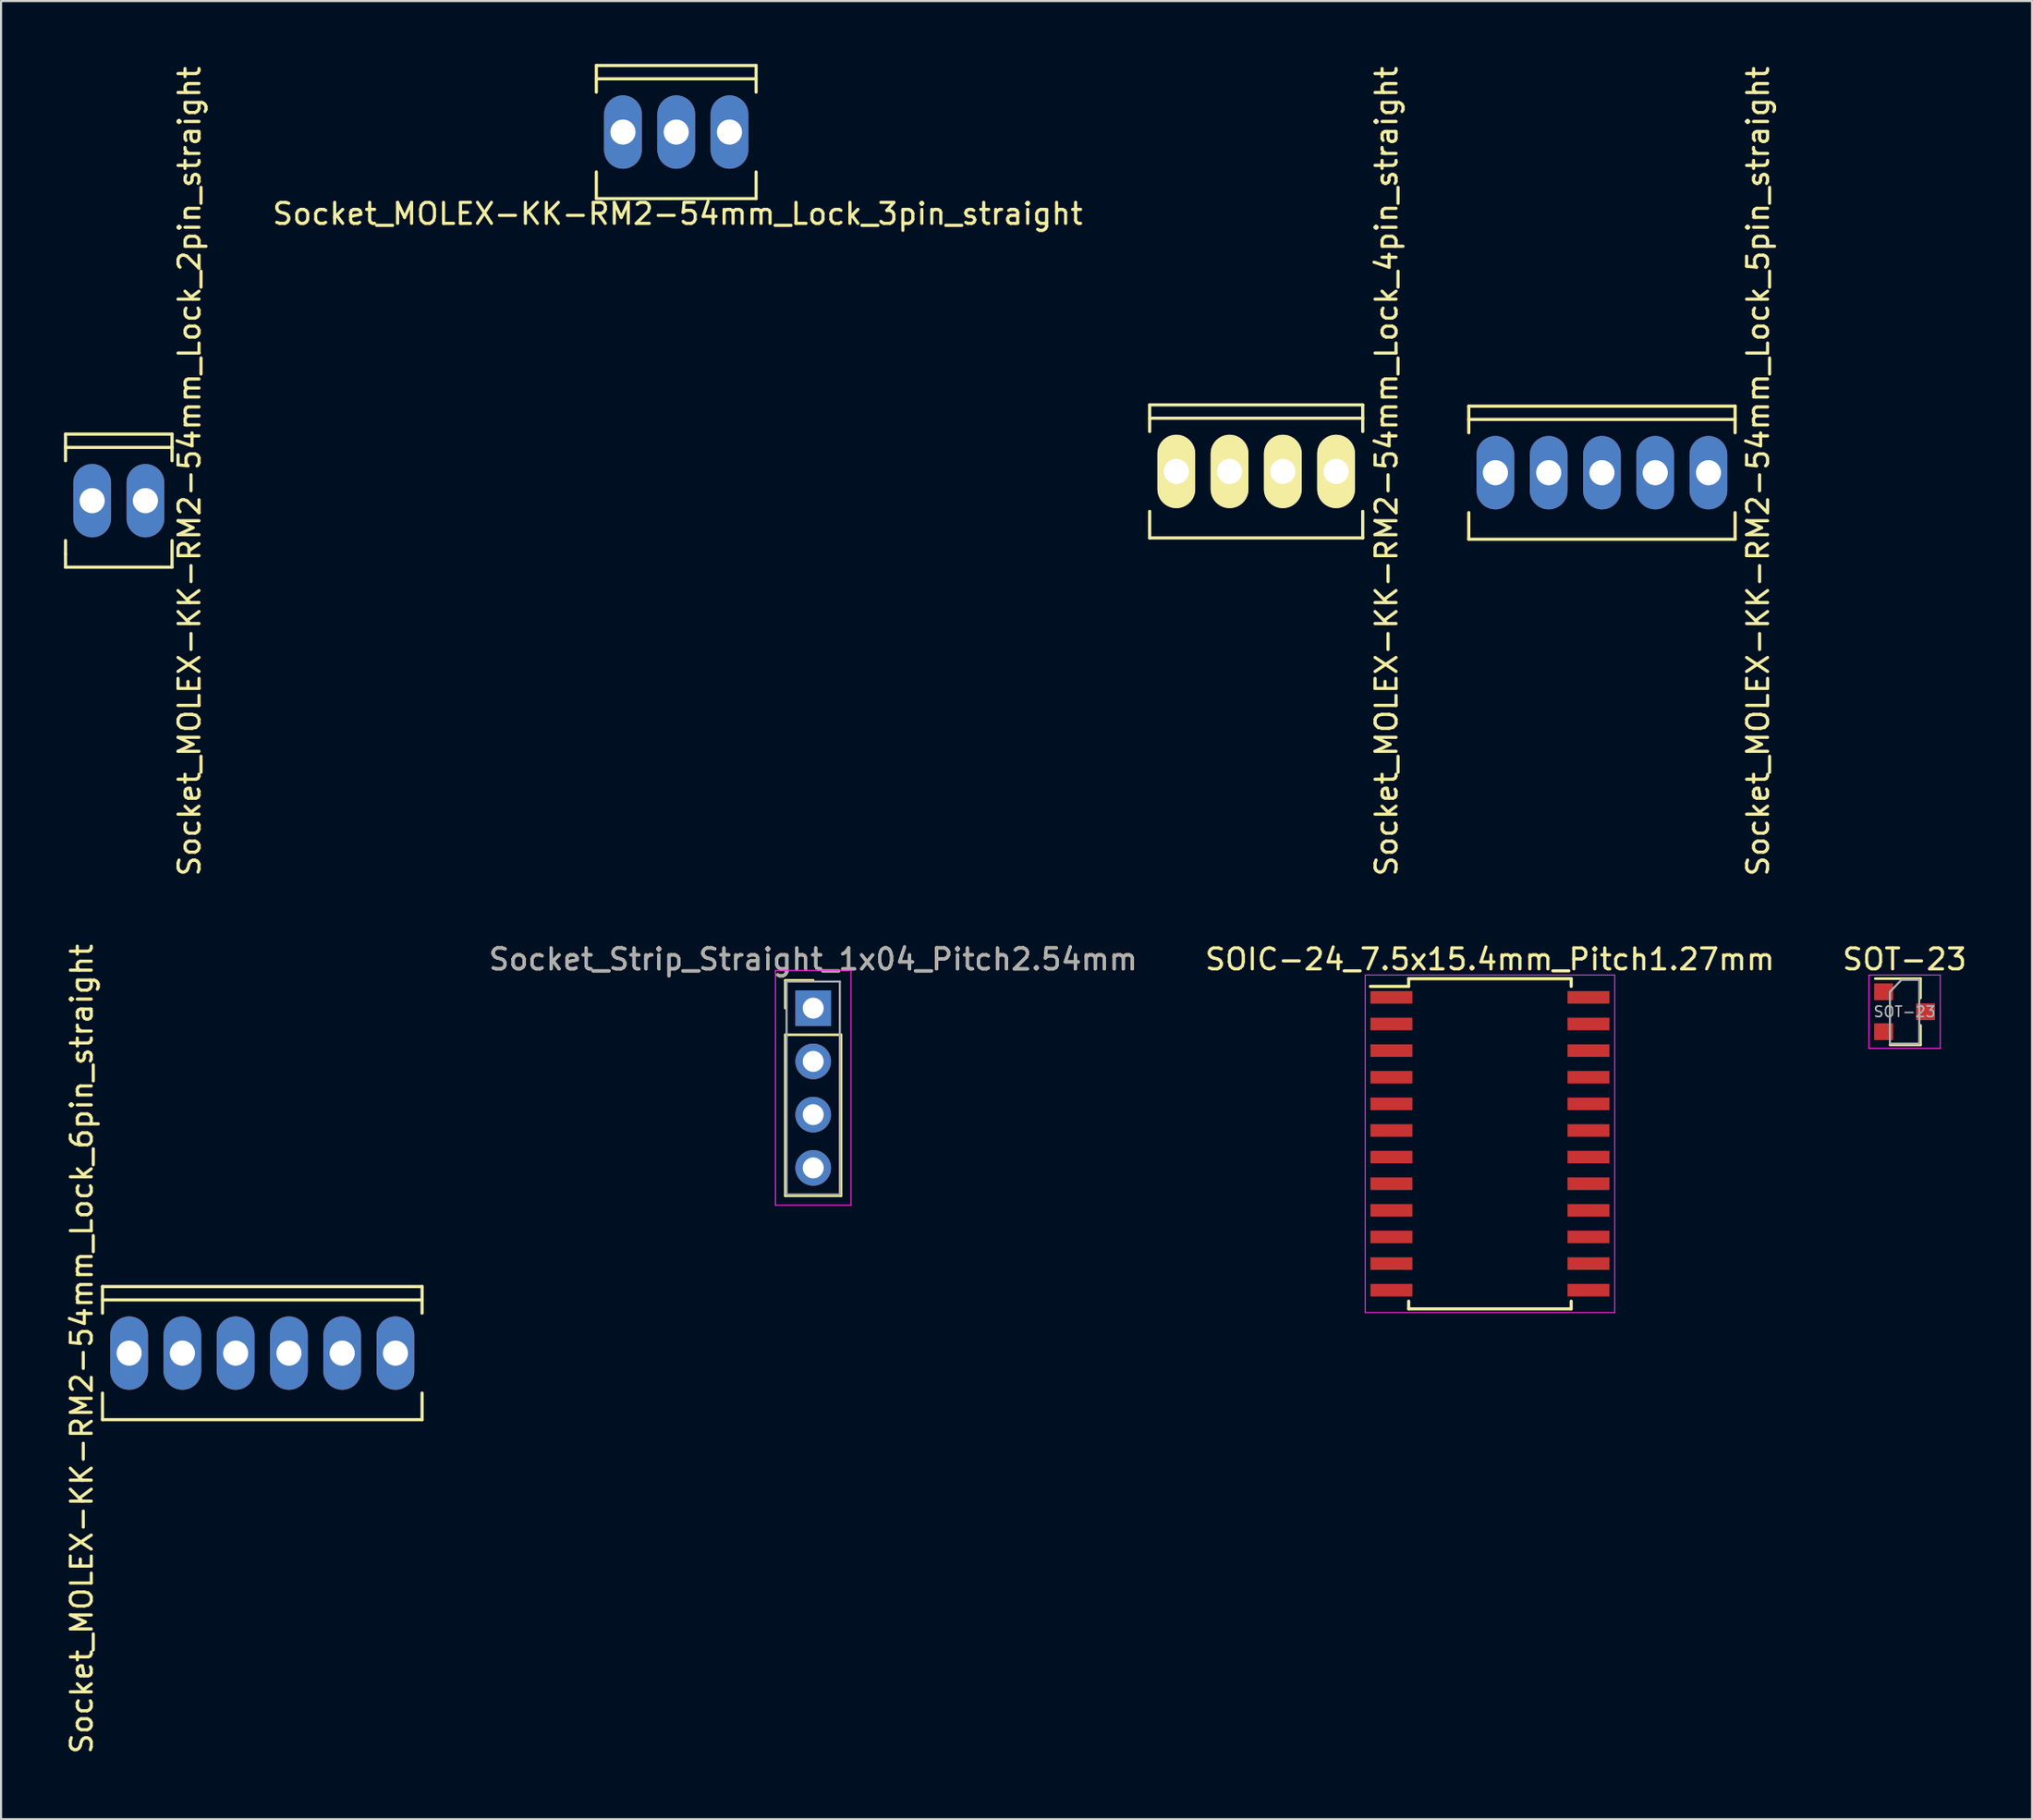
<source format=kicad_pcb>
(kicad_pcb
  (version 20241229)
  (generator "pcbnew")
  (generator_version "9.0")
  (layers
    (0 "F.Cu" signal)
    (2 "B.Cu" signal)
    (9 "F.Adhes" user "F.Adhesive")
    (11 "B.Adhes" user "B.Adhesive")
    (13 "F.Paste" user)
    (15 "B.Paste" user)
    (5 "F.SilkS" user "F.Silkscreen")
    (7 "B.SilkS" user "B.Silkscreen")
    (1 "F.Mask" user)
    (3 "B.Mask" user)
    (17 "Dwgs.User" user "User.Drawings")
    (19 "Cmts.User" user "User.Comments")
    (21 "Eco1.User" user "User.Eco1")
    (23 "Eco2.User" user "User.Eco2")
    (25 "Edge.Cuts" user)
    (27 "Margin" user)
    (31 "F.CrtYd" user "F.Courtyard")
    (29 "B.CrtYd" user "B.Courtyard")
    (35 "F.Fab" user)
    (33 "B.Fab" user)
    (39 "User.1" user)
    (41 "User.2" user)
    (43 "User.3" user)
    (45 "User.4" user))
  (footprint "SOT-23"
    (layer "F.Cu")
    (at 87.778 45.217)
    (property "Reference" "SOT-23" (at 0 -2.5 0) (layer "F.SilkS") (effects (font (size 1 1) (thickness 0.15))))
    (attr smd)
    (fp_line (start 0.76 -1.58) (end -1.4 -1.58) (stroke (width 0.12) (type solid)) (layer "F.SilkS"))
    (fp_line (start 0.76 -1.58) (end 0.76 -0.65) (stroke (width 0.12) (type solid)) (layer "F.SilkS"))
    (fp_line (start 0.76 1.58) (end -0.7 1.58) (stroke (width 0.12) (type solid)) (layer "F.SilkS"))
    (fp_line (start 0.76 1.58) (end 0.76 0.65) (stroke (width 0.12) (type solid)) (layer "F.SilkS"))
    (fp_line (start -1.7 -1.75) (end 1.7 -1.75) (stroke (width 0.05) (type solid)) (layer "F.CrtYd"))
    (fp_line (start -1.7 1.75) (end -1.7 -1.75) (stroke (width 0.05) (type solid)) (layer "F.CrtYd"))
    (fp_line (start 1.7 -1.75) (end 1.7 1.75) (stroke (width 0.05) (type solid)) (layer "F.CrtYd"))
    (fp_line (start 1.7 1.75) (end -1.7 1.75) (stroke (width 0.05) (type solid)) (layer "F.CrtYd"))
    (fp_line (start -0.7 -0.95) (end -0.7 1.5) (stroke (width 0.1) (type solid)) (layer "F.Fab"))
    (fp_line (start -0.7 -0.95) (end -0.15 -1.52) (stroke (width 0.1) (type solid)) (layer "F.Fab"))
    (fp_line (start -0.7 1.52) (end 0.7 1.52) (stroke (width 0.1) (type solid)) (layer "F.Fab"))
    (fp_line (start -0.15 -1.52) (end 0.7 -1.52) (stroke (width 0.1) (type solid)) (layer "F.Fab"))
    (fp_line (start 0.7 -1.52) (end 0.7 1.52) (stroke (width 0.1) (type solid)) (layer "F.Fab"))
    (fp_text user "${REFERENCE}" (at 0 0 0) (layer "F.Fab") (effects (font (size 0.5 0.5) (thickness 0.075))))
    (pad "1" smd rect (at -1 -0.95) (size 0.9 0.8) (layers "F.Cu" "F.Mask" "F.Paste"))
    (pad "2" smd rect (at -1 0.95) (size 0.9 0.8) (layers "F.Cu" "F.Mask" "F.Paste"))
    (pad "3" smd rect (at 1 0) (size 0.9 0.8) (layers "F.Cu" "F.Mask" "F.Paste")))
  (footprint "Socket_MOLEX-KK-RM2-54mm_Lock_6pin_straight"
    (layer "F.Cu")
    (at 9.458 61.504)
    (property "Reference" "Socket_MOLEX-KK-RM2-54mm_Lock_6pin_straight" (at -8.61 -0.2 90) (layer "F.SilkS") (effects (font (size 1 1) (thickness 0.15))))
    (attr through_hole)
    (fp_line (start -7.62 -3.175) (end 7.62 -3.175) (stroke (width 0.15) (type solid)) (layer "F.SilkS"))
    (fp_line (start -7.62 -1.905) (end -7.62 -3.175) (stroke (width 0.15) (type solid)) (layer "F.SilkS"))
    (fp_line (start -7.62 3.175) (end -7.62 1.905) (stroke (width 0.15) (type solid)) (layer "F.SilkS"))
    (fp_line (start 7.62 -3.175) (end 7.62 -1.905) (stroke (width 0.15) (type solid)) (layer "F.SilkS"))
    (fp_line (start 7.62 -2.54) (end -7.62 -2.54) (stroke (width 0.15) (type solid)) (layer "F.SilkS"))
    (fp_line (start 7.62 3.175) (end -7.62 3.175) (stroke (width 0.15) (type solid)) (layer "F.SilkS"))
    (fp_line (start 7.62 3.175) (end 7.62 1.905) (stroke (width 0.15) (type solid)) (layer "F.SilkS"))
    (pad "1" thru_hole oval (at -6.35 0) (size 1.801 3.5) (drill 1.199) (layers "*.Cu" "*.Mask"))
    (pad "2" thru_hole oval (at -3.81 0) (size 1.801 3.5) (drill 1.199) (layers "*.Cu" "*.Mask"))
    (pad "3" thru_hole oval (at -1.27 0) (size 1.801 3.5) (drill 1.199) (layers "*.Cu" "*.Mask"))
    (pad "4" thru_hole oval (at 1.27 0) (size 1.801 3.5) (drill 1.199) (layers "*.Cu" "*.Mask"))
    (pad "5" thru_hole oval (at 3.81 0) (size 1.801 3.5) (drill 1.199) (layers "*.Cu" "*.Mask"))
    (pad "6" thru_hole oval (at 6.35 0) (size 1.801 3.5) (drill 1.199) (layers "*.Cu" "*.Mask")))
  (footprint "Socket_MOLEX-KK-RM2-54mm_Lock_4pin_straight"
    (layer "F.Cu")
    (at 56.857 19.441)
    (property "Reference" "Socket_MOLEX-KK-RM2-54mm_Lock_4pin_straight" (at 6.214 -0.006 90) (layer "F.SilkS") (effects (font (size 1 1) (thickness 0.15))))
    (attr through_hole)
    (fp_line (start -5.08 -3.175) (end 5.08 -3.175) (stroke (width 0.15) (type solid)) (layer "F.SilkS"))
    (fp_line (start -5.08 -1.905) (end -5.08 -3.175) (stroke (width 0.15) (type solid)) (layer "F.SilkS"))
    (fp_line (start -5.08 3.175) (end -5.08 1.905) (stroke (width 0.15) (type solid)) (layer "F.SilkS"))
    (fp_line (start 5.08 -3.175) (end 5.08 -1.905) (stroke (width 0.15) (type solid)) (layer "F.SilkS"))
    (fp_line (start 5.08 -2.54) (end -5.08 -2.54) (stroke (width 0.15) (type solid)) (layer "F.SilkS"))
    (fp_line (start 5.08 1.905) (end 5.08 3.175) (stroke (width 0.15) (type solid)) (layer "F.SilkS"))
    (fp_line (start 5.08 3.175) (end -5.08 3.175) (stroke (width 0.15) (type solid)) (layer "F.SilkS"))
    (pad "1" thru_hole oval (at -3.81 0) (size 1.801 3.5) (drill 1.199) (layers "*.Cu" "*.Mask" "F.SilkS"))
    (pad "2" thru_hole oval (at -1.27 0) (size 1.801 3.5) (drill 1.199) (layers "*.Cu" "*.Mask" "F.SilkS"))
    (pad "3" thru_hole oval (at 1.27 0) (size 1.801 3.5) (drill 1.199) (layers "*.Cu" "*.Mask" "F.SilkS"))
    (pad "4" thru_hole oval (at 3.81 0) (size 1.801 3.5) (drill 1.199) (layers "*.Cu" "*.Mask" "F.SilkS")))
  (footprint "Socket_MOLEX-KK-RM2-54mm_Lock_2pin_straight"
    (layer "F.Cu")
    (at 2.615 20.835)
    (property "Reference" "Socket_MOLEX-KK-RM2-54mm_Lock_2pin_straight" (at 3.37 -1.4 90) (layer "F.SilkS") (effects (font (size 1 1) (thickness 0.15))))
    (attr through_hole)
    (fp_line (start -2.54 -3.175) (end 2.54 -3.175) (stroke (width 0.15) (type solid)) (layer "F.SilkS"))
    (fp_line (start -2.54 -2.54) (end -2.54 -3.175) (stroke (width 0.15) (type solid)) (layer "F.SilkS"))
    (fp_line (start -2.54 -2.54) (end -2.54 -1.905) (stroke (width 0.15) (type solid)) (layer "F.SilkS"))
    (fp_line (start -2.54 -2.54) (end 2.54 -2.54) (stroke (width 0.15) (type solid)) (layer "F.SilkS"))
    (fp_line (start -2.54 2.54) (end -2.54 1.905) (stroke (width 0.15) (type solid)) (layer "F.SilkS"))
    (fp_line (start -2.54 3.175) (end -2.54 2.54) (stroke (width 0.15) (type solid)) (layer "F.SilkS"))
    (fp_line (start 2.54 -3.175) (end 2.54 -2.54) (stroke (width 0.15) (type solid)) (layer "F.SilkS"))
    (fp_line (start 2.54 -2.54) (end 2.54 -1.905) (stroke (width 0.15) (type solid)) (layer "F.SilkS"))
    (fp_line (start 2.54 3.175) (end -2.54 3.175) (stroke (width 0.15) (type solid)) (layer "F.SilkS"))
    (fp_line (start 2.54 3.175) (end 2.54 1.905) (stroke (width 0.15) (type solid)) (layer "F.SilkS"))
    (pad "1" thru_hole oval (at -1.27 0) (size 1.801 3.5) (drill 1.199) (layers "*.Cu" "*.Mask"))
    (pad "2" thru_hole oval (at 1.27 0) (size 1.801 3.5) (drill 1.199) (layers "*.Cu" "*.Mask")))
  (footprint "Socket_MOLEX-KK-RM2-54mm_Lock_3pin_straight"
    (layer "F.Cu")
    (at 29.198 3.25)
    (property "Reference" "Socket_MOLEX-KK-RM2-54mm_Lock_3pin_straight" (at 0.07 3.9 0) (layer "F.SilkS") (effects (font (size 1 1) (thickness 0.15))))
    (attr through_hole)
    (fp_line (start -3.81 -3.175) (end 3.81 -3.175) (stroke (width 0.15) (type solid)) (layer "F.SilkS"))
    (fp_line (start -3.81 -1.905) (end -3.81 -3.175) (stroke (width 0.15) (type solid)) (layer "F.SilkS"))
    (fp_line (start -3.81 3.175) (end -3.81 1.905) (stroke (width 0.15) (type solid)) (layer "F.SilkS"))
    (fp_line (start 3.81 -3.175) (end 3.81 -1.905) (stroke (width 0.15) (type solid)) (layer "F.SilkS"))
    (fp_line (start 3.81 -2.54) (end -3.81 -2.54) (stroke (width 0.15) (type solid)) (layer "F.SilkS"))
    (fp_line (start 3.81 1.905) (end 3.81 3.175) (stroke (width 0.15) (type solid)) (layer "F.SilkS"))
    (fp_line (start 3.81 3.175) (end -3.81 3.175) (stroke (width 0.15) (type solid)) (layer "F.SilkS"))
    (pad "1" thru_hole oval (at -2.54 0) (size 1.801 3.5) (drill 1.199) (layers "*.Cu" "*.Mask"))
    (pad "2" thru_hole oval (at 0 0) (size 1.801 3.5) (drill 1.199) (layers "*.Cu" "*.Mask"))
    (pad "3" thru_hole oval (at 2.54 0) (size 1.801 3.5) (drill 1.199) (layers "*.Cu" "*.Mask")))
  (footprint "Socket_Strip_Straight_1x04_Pitch2.54mm"
    (layer "F.Cu")
    (at 35.731 45.047)
    (property "Reference" "Socket_Strip_Straight_1x04_Pitch2.54mm" (at 0 -2.33 0) (layer "F.SilkS") (effects (font (size 1 1) (thickness 0.15))))
    (attr through_hole)
    (fp_line (start -1.33 -1.33) (end 0 -1.33) (stroke (width 0.12) (type solid)) (layer "F.SilkS"))
    (fp_line (start -1.33 0) (end -1.33 -1.33) (stroke (width 0.12) (type solid)) (layer "F.SilkS"))
    (fp_line (start -1.33 1.27) (end -1.33 8.95) (stroke (width 0.12) (type solid)) (layer "F.SilkS"))
    (fp_line (start -1.33 8.95) (end 1.33 8.95) (stroke (width 0.12) (type solid)) (layer "F.SilkS"))
    (fp_line (start 1.33 1.27) (end -1.33 1.27) (stroke (width 0.12) (type solid)) (layer "F.SilkS"))
    (fp_line (start 1.33 8.95) (end 1.33 1.27) (stroke (width 0.12) (type solid)) (layer "F.SilkS"))
    (fp_line (start -1.8 -1.8) (end -1.8 9.4) (stroke (width 0.05) (type solid)) (layer "F.CrtYd"))
    (fp_line (start -1.8 9.4) (end 1.8 9.4) (stroke (width 0.05) (type solid)) (layer "F.CrtYd"))
    (fp_line (start 1.8 -1.8) (end -1.8 -1.8) (stroke (width 0.05) (type solid)) (layer "F.CrtYd"))
    (fp_line (start 1.8 9.4) (end 1.8 -1.8) (stroke (width 0.05) (type solid)) (layer "F.CrtYd"))
    (fp_line (start -1.27 -1.27) (end -1.27 8.89) (stroke (width 0.1) (type solid)) (layer "F.Fab"))
    (fp_line (start -1.27 8.89) (end 1.27 8.89) (stroke (width 0.1) (type solid)) (layer "F.Fab"))
    (fp_line (start 1.27 -1.27) (end -1.27 -1.27) (stroke (width 0.1) (type solid)) (layer "F.Fab"))
    (fp_line (start 1.27 8.89) (end 1.27 -1.27) (stroke (width 0.1) (type solid)) (layer "F.Fab"))
    (fp_text user "${REFERENCE}" (at 0 -2.33 0) (layer "F.Fab") (effects (font (size 1 1) (thickness 0.15))))
    (pad "1" thru_hole rect (at 0 0) (size 1.7 1.7) (drill 1) (layers "*.Cu" "*.Mask"))
    (pad "2" thru_hole oval (at 0 2.54) (size 1.7 1.7) (drill 1) (layers "*.Cu" "*.Mask"))
    (pad "3" thru_hole oval (at 0 5.08) (size 1.7 1.7) (drill 1) (layers "*.Cu" "*.Mask"))
    (pad "4" thru_hole oval (at 0 7.62) (size 1.7 1.7) (drill 1) (layers "*.Cu" "*.Mask")))
  (footprint "Socket_MOLEX-KK-RM2-54mm_Lock_5pin_straight"
    (layer "F.Cu")
    (at 73.345 19.501)
    (property "Reference" "Socket_MOLEX-KK-RM2-54mm_Lock_5pin_straight" (at 7.444 -0.066 90) (layer "F.SilkS") (effects (font (size 1 1) (thickness 0.15))))
    (attr through_hole)
    (fp_line (start -6.35 -3.175) (end 6.35 -3.175) (stroke (width 0.15) (type solid)) (layer "F.SilkS"))
    (fp_line (start -6.35 -1.905) (end -6.35 -3.175) (stroke (width 0.15) (type solid)) (layer "F.SilkS"))
    (fp_line (start -6.35 3.175) (end -6.35 1.905) (stroke (width 0.15) (type solid)) (layer "F.SilkS"))
    (fp_line (start 6.35 -2.54) (end -6.35 -2.54) (stroke (width 0.15) (type solid)) (layer "F.SilkS"))
    (fp_line (start 6.35 -1.905) (end 6.35 -3.175) (stroke (width 0.15) (type solid)) (layer "F.SilkS"))
    (fp_line (start 6.35 3.175) (end -6.35 3.175) (stroke (width 0.15) (type solid)) (layer "F.SilkS"))
    (fp_line (start 6.35 3.175) (end 6.35 1.905) (stroke (width 0.15) (type solid)) (layer "F.SilkS"))
    (pad "1" thru_hole oval (at -5.08 0) (size 1.801 3.5) (drill 1.199) (layers "*.Cu" "*.Mask"))
    (pad "2" thru_hole oval (at -2.54 0) (size 1.801 3.5) (drill 1.199) (layers "*.Cu" "*.Mask"))
    (pad "3" thru_hole oval (at 0 0) (size 1.801 3.5) (drill 1.199) (layers "*.Cu" "*.Mask"))
    (pad "4" thru_hole oval (at 2.54 0) (size 1.801 3.5) (drill 1.199) (layers "*.Cu" "*.Mask"))
    (pad "5" thru_hole oval (at 5.08 0) (size 1.801 3.5) (drill 1.199) (layers "*.Cu" "*.Mask")))
  (footprint "SOIC-24_7.5x15.4mm_Pitch1.27mm"
    (layer "F.Cu")
    (at 68.004 51.517)
    (property "Reference" "SOIC-24_7.5x15.4mm_Pitch1.27mm" (at 0 -8.8 0) (layer "F.SilkS") (effects (font (size 1 1) (thickness 0.15))))
    (attr smd)
    (fp_line (start -3.875 -7.875) (end -3.875 -7.51) (stroke (width 0.15) (type solid)) (layer "F.SilkS"))
    (fp_line (start -3.875 -7.875) (end 3.875 -7.875) (stroke (width 0.15) (type solid)) (layer "F.SilkS"))
    (fp_line (start -3.875 -7.51) (end -5.7 -7.51) (stroke (width 0.15) (type solid)) (layer "F.SilkS"))
    (fp_line (start -3.875 7.875) (end -3.875 7.51) (stroke (width 0.15) (type solid)) (layer "F.SilkS"))
    (fp_line (start -3.875 7.875) (end 3.875 7.875) (stroke (width 0.15) (type solid)) (layer "F.SilkS"))
    (fp_line (start 3.875 -7.875) (end 3.875 -7.51) (stroke (width 0.15) (type solid)) (layer "F.SilkS"))
    (fp_line (start 3.875 7.875) (end 3.875 7.51) (stroke (width 0.15) (type solid)) (layer "F.SilkS"))
    (fp_line (start -5.95 -8.05) (end -5.95 8.05) (stroke (width 0.05) (type solid)) (layer "F.CrtYd"))
    (fp_line (start -5.95 -8.05) (end 5.95 -8.05) (stroke (width 0.05) (type solid)) (layer "F.CrtYd"))
    (fp_line (start -5.95 8.05) (end 5.95 8.05) (stroke (width 0.05) (type solid)) (layer "F.CrtYd"))
    (fp_line (start 5.95 -8.05) (end 5.95 8.05) (stroke (width 0.05) (type solid)) (layer "F.CrtYd"))
    (pad "1" smd rect (at -4.7 -6.985) (size 2 0.6) (layers "F.Cu" "F.Mask" "F.Paste"))
    (pad "2" smd rect (at -4.7 -5.715) (size 2 0.6) (layers "F.Cu" "F.Mask" "F.Paste"))
    (pad "3" smd rect (at -4.7 -4.445) (size 2 0.6) (layers "F.Cu" "F.Mask" "F.Paste"))
    (pad "4" smd rect (at -4.7 -3.175) (size 2 0.6) (layers "F.Cu" "F.Mask" "F.Paste"))
    (pad "5" smd rect (at -4.7 -1.905) (size 2 0.6) (layers "F.Cu" "F.Mask" "F.Paste"))
    (pad "6" smd rect (at -4.7 -0.635) (size 2 0.6) (layers "F.Cu" "F.Mask" "F.Paste"))
    (pad "7" smd rect (at -4.7 0.635) (size 2 0.6) (layers "F.Cu" "F.Mask" "F.Paste"))
    (pad "8" smd rect (at -4.7 1.905) (size 2 0.6) (layers "F.Cu" "F.Mask" "F.Paste"))
    (pad "9" smd rect (at -4.7 3.175) (size 2 0.6) (layers "F.Cu" "F.Mask" "F.Paste"))
    (pad "10" smd rect (at -4.7 4.445) (size 2 0.6) (layers "F.Cu" "F.Mask" "F.Paste"))
    (pad "11" smd rect (at -4.7 5.715) (size 2 0.6) (layers "F.Cu" "F.Mask" "F.Paste"))
    (pad "12" smd rect (at -4.7 6.985) (size 2 0.6) (layers "F.Cu" "F.Mask" "F.Paste"))
    (pad "13" smd rect (at 4.7 6.985) (size 2 0.6) (layers "F.Cu" "F.Mask" "F.Paste"))
    (pad "14" smd rect (at 4.7 5.715) (size 2 0.6) (layers "F.Cu" "F.Mask" "F.Paste"))
    (pad "15" smd rect (at 4.7 4.445) (size 2 0.6) (layers "F.Cu" "F.Mask" "F.Paste"))
    (pad "16" smd rect (at 4.7 3.175) (size 2 0.6) (layers "F.Cu" "F.Mask" "F.Paste"))
    (pad "17" smd rect (at 4.7 1.905) (size 2 0.6) (layers "F.Cu" "F.Mask" "F.Paste"))
    (pad "18" smd rect (at 4.7 0.635) (size 2 0.6) (layers "F.Cu" "F.Mask" "F.Paste"))
    (pad "19" smd rect (at 4.7 -0.635) (size 2 0.6) (layers "F.Cu" "F.Mask" "F.Paste"))
    (pad "20" smd rect (at 4.7 -1.905) (size 2 0.6) (layers "F.Cu" "F.Mask" "F.Paste"))
    (pad "21" smd rect (at 4.7 -3.175) (size 2 0.6) (layers "F.Cu" "F.Mask" "F.Paste"))
    (pad "22" smd rect (at 4.7 -4.445) (size 2 0.6) (layers "F.Cu" "F.Mask" "F.Paste"))
    (pad "23" smd rect (at 4.7 -5.715) (size 2 0.6) (layers "F.Cu" "F.Mask" "F.Paste"))
    (pad "24" smd rect (at 4.7 -6.985) (size 2 0.6) (layers "F.Cu" "F.Mask" "F.Paste")))
  (gr_rect
    (start -3 -3)
    (end 93.856 83.738)
    (stroke (width 0.1) (type default))
    (fill no)
    (layer "Edge.Cuts")))
</source>
